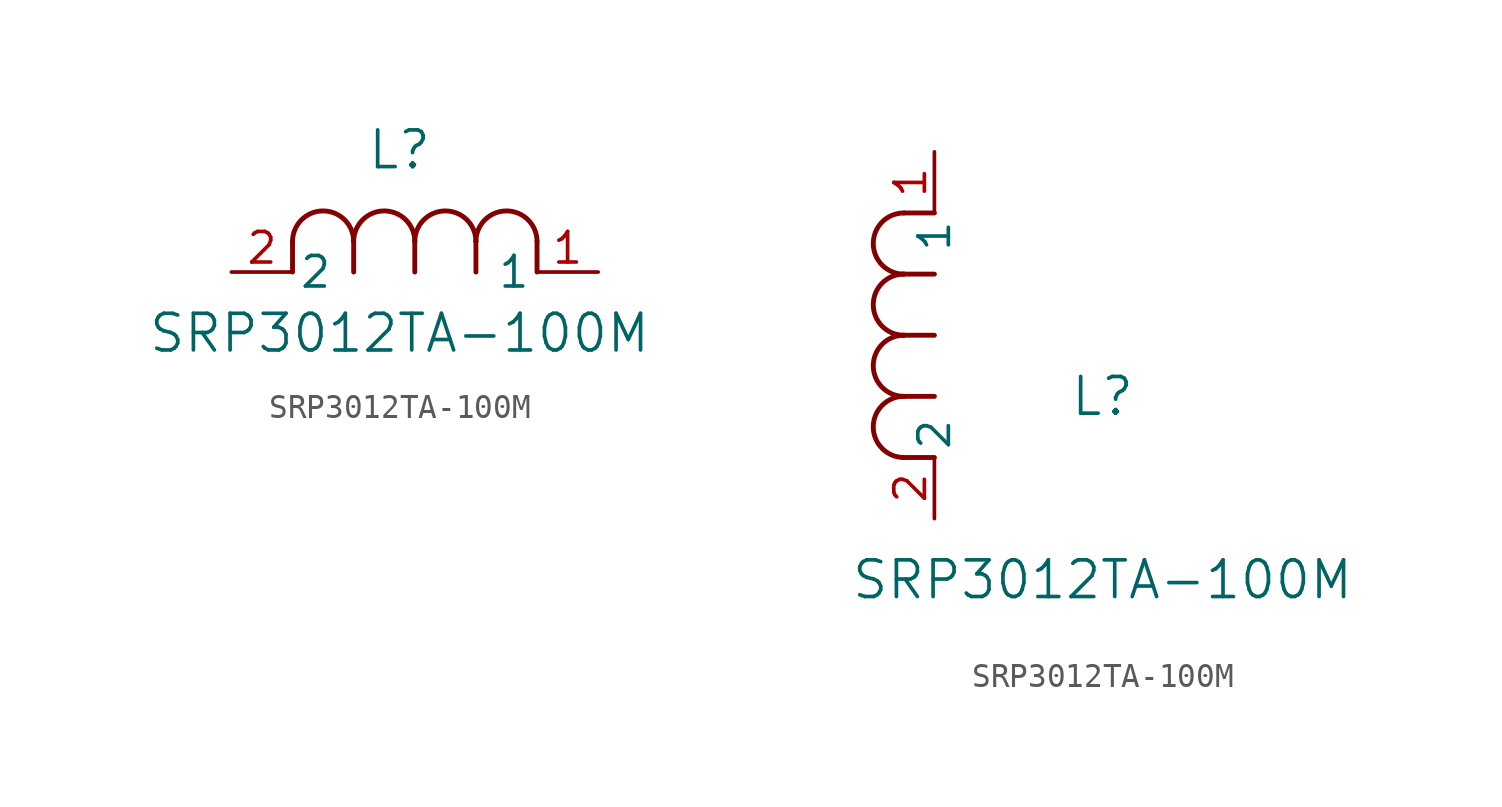
<source format=kicad_sym>
(kicad_symbol_lib
  (version 20211014)
  (generator kicad_symbol_editor)
  (symbol "SRP3012TA-100M"
    (pin_names
      (offset 0.254))
    (property "Reference" "L"
      (at 6.985 5.08 0)
      (effects (font (size 1.524 1.524))))
    (property "Value" "SRP3012TA-100M"
      (at 6.985 -2.54 0)
      (effects (font (size 1.524 1.524))))
    (symbol "SRP3012TA-100M_1_1"
      (arc (start 7.62 1.27) (mid 6.35 2.54) (end 5.08 1.27) (stroke (width 0.2032) (type default) (color 0 0 0 0)) (fill (type none)))
      (polyline (pts (xy 5.08 0) (xy 5.08 1.27)) (stroke (width 0.203) (type default) (color 0 0 0 0)) (fill (type none)))
      (polyline (pts (xy 7.62 0) (xy 7.62 1.27)) (stroke (width 0.203) (type default) (color 0 0 0 0)) (fill (type none)))
      (polyline (pts (xy 12.7 0) (xy 12.7 1.27)) (stroke (width 0.203) (type default) (color 0 0 0 0)) (fill (type none)))
      (arc (start 5.08 1.27) (mid 3.81 2.54) (end 2.54 1.27) (stroke (width 0.2032) (type default) (color 0 0 0 0)) (fill (type none)))
      (arc (start 10.16 1.27) (mid 8.89 2.54) (end 7.62 1.27) (stroke (width 0.2032) (type default) (color 0 0 0 0)) (fill (type none)))
      (arc (start 12.7 1.27) (mid 11.43 2.54) (end 10.16 1.27) (stroke (width 0.2032) (type default) (color 0 0 0 0)) (fill (type none)))
      (polyline (pts (xy 2.54 0) (xy 2.54 1.27)) (stroke (width 0.203) (type default) (color 0 0 0 0)) (fill (type none)))
      (polyline (pts (xy 10.16 0) (xy 10.16 1.27)) (stroke (width 0.203) (type default) (color 0 0 0 0)) (fill (type none)))
      (pin unspecified line (at 0 0 0) (length 2.54) (name "2" (effects (font (size 1.27 1.27)))) (number "2" (effects (font (size 1.27 1.27)))))
      (pin unspecified line (at 15.24 0 180) (length 2.54) (name "1" (effects (font (size 1.27 1.27)))) (number "1" (effects (font (size 1.27 1.27))))))
    (symbol "SRP3012TA-100M_1_2"
      (arc (start -1.27 7.62) (mid -2.54 6.35) (end -1.27 5.08) (stroke (width 0.2032) (type default) (color 0 0 0 0)) (fill (type none)))
      (arc (start -1.27 5.08) (mid -2.54 3.81) (end -1.27 2.54) (stroke (width 0.2032) (type default) (color 0 0 0 0)) (fill (type none)))
      (arc (start -1.27 12.7) (mid -2.54 11.43) (end -1.27 10.16) (stroke (width 0.2032) (type default) (color 0 0 0 0)) (fill (type none)))
      (arc (start -1.27 10.16) (mid -2.54 8.89) (end -1.27 7.62) (stroke (width 0.2032) (type default) (color 0 0 0 0)) (fill (type none)))
      (polyline (pts (xy 0 7.62) (xy -1.27 7.62)) (stroke (width 0.203) (type default) (color 0 0 0 0)) (fill (type none)))
      (polyline (pts (xy 0 5.08) (xy -1.27 5.08)) (stroke (width 0.203) (type default) (color 0 0 0 0)) (fill (type none)))
      (polyline (pts (xy 0 12.7) (xy -1.27 12.7)) (stroke (width 0.203) (type default) (color 0 0 0 0)) (fill (type none)))
      (polyline (pts (xy 0 2.54) (xy -1.27 2.54)) (stroke (width 0.203) (type default) (color 0 0 0 0)) (fill (type none)))
      (polyline (pts (xy 0 10.16) (xy -1.27 10.16)) (stroke (width 0.203) (type default) (color 0 0 0 0)) (fill (type none)))
      (pin unspecified line (at 0 0 90) (length 2.54) (name "2" (effects (font (size 1.27 1.27)))) (number "2" (effects (font (size 1.27 1.27)))))
      (pin unspecified line (at 0 15.24 270) (length 2.54) (name "1" (effects (font (size 1.27 1.27)))) (number "1" (effects (font (size 1.27 1.27))))))))
</source>
